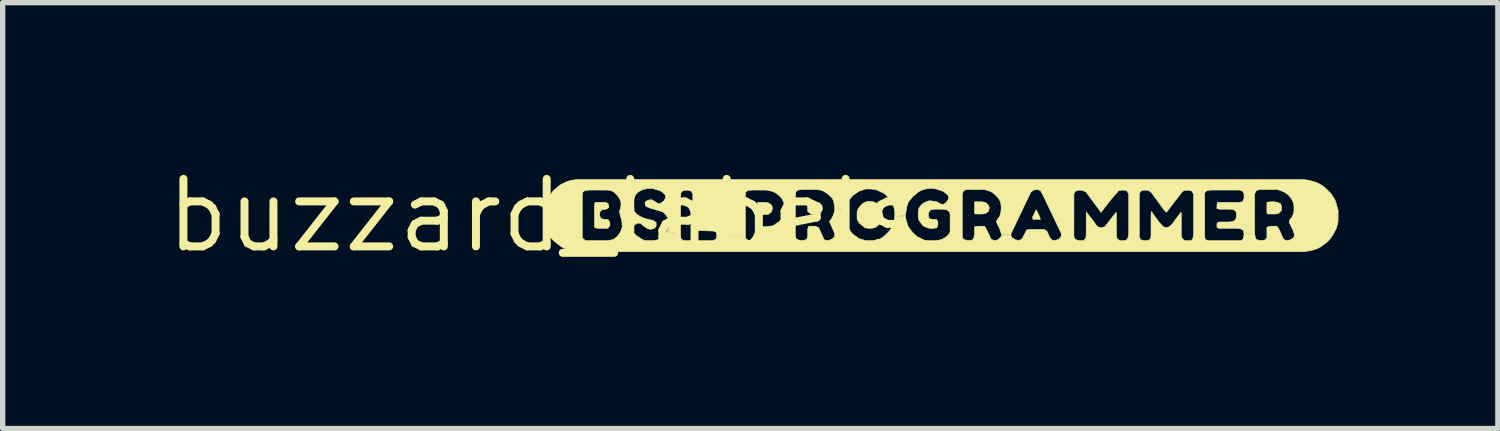
<source format=kicad_pcb>
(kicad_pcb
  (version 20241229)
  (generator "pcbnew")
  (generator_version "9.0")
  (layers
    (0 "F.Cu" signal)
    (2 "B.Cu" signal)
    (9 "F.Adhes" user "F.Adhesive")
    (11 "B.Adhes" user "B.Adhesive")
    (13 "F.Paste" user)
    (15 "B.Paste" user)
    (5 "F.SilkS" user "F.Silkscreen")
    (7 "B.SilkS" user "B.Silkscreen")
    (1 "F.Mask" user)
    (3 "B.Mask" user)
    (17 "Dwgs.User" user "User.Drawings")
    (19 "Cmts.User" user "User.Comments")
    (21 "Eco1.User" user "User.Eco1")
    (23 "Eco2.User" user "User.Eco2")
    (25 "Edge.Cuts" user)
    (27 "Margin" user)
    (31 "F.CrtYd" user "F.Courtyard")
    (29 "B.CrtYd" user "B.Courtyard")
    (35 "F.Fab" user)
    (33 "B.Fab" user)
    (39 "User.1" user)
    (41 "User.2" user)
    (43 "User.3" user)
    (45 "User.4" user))
  (footprint "buzzard_labels"
    (layer "F.Cu")
    (at 7.174 1.006)
    (property "Reference" "buzzard_labels" (at 0 0 0) (layer "F.SilkS") (effects (font (size 1.27 1.27) (thickness 0.15))))
    (attr exclude_from_pos_files exclude_from_bom)
    (fp_poly (pts (xy 9.26 -0.09) (xy 9.2 0.03) (xy 9.21 0.07) (xy 9.35 0.07) (xy 9.33 0.01) (xy 9.27 -0.11) (xy 9.26 -0.09)) (stroke (width 0.01) (type solid)) (fill yes) (layer "F.SilkS"))
    (fp_poly (pts (xy 8.12 -0.03) (xy 8.26 -0.03) (xy 8.32 -0.04) (xy 8.37 -0.08) (xy 8.39 -0.15) (xy 8.36 -0.21) (xy 8.31 -0.25) (xy 8.24 -0.26) (xy 8.11 -0.26) (xy 8.11 -0.05) (xy 8.12 -0.03)) (stroke (width 0.01) (type solid)) (fill yes) (layer "F.SilkS"))
    (fp_poly (pts (xy 4.24 -0.03) (xy 4.29 -0.07) (xy 4.31 -0.14) (xy 4.29 -0.2) (xy 4.23 -0.24) (xy 4.17 -0.25) (xy 4.03 -0.25) (xy 4.03 -0.19) (xy 4.03 -0.05) (xy 4.07 -0.02) (xy 4.2 -0.02) (xy 4.24 -0.03)) (stroke (width 0.01) (type solid)) (fill yes) (layer "F.SilkS"))
    (fp_poly (pts (xy 5.03 -0.03) (xy 5.1 -0.03) (xy 5.16 -0.03) (xy 5.22 -0.06) (xy 5.25 -0.12) (xy 5.24 -0.19) (xy 5.19 -0.24) (xy 5.13 -0.26) (xy 4.99 -0.26) (xy 4.97 -0.21) (xy 4.97 -0.08) (xy 5.03 -0.03)) (stroke (width 0.01) (type solid)) (fill yes) (layer "F.SilkS"))
    (fp_poly (pts (xy 13.63 -0.03) (xy 13.77 -0.03) (xy 13.83 -0.04) (xy 13.88 -0.09) (xy 13.89 -0.16) (xy 13.87 -0.22) (xy 13.81 -0.25) (xy 13.74 -0.26) (xy 13.68 -0.26) (xy 13.61 -0.25) (xy 13.61 -0.05) (xy 13.63 -0.03)) (stroke (width 0.01) (type solid)) (fill yes) (layer "F.SilkS"))
    (fp_poly (pts (xy 1.25 0.13) (xy 1.22 0.08) (xy 1.09 0.06) (xy 1.06 0.01) (xy 1.06 -0.07) (xy 1.1 -0.11) (xy 1.18 -0.12) (xy 1.23 -0.15) (xy 1.22 -0.22) (xy 1.17 -0.25) (xy 1.1 -0.25) (xy 0.97 -0.25) (xy 0.96 -0.19) (xy 0.96 0.22) (xy 1.01 0.24) (xy 1.14 0.24) (xy 1.21 0.24) (xy 1.25 0.19) (xy 1.25 0.13)) (stroke (width 0.01) (type solid)) (fill yes) (layer "F.SilkS"))
    (fp_poly (pts (xy 5.94 0.14) (xy 6 0.19) (xy 6.05 0.23) (xy 6.12 0.24) (xy 6.18 0.24) (xy 6.25 0.22) (xy 6.3 0.18) (xy 6.34 0.13) (xy 6.37 0.07) (xy 6.38 0) (xy 6.37 -0.07) (xy 6.35 -0.14) (xy 6.32 -0.19) (xy 6.26 -0.24) (xy 6.2 -0.26) (xy 6.14 -0.27) (xy 6.07 -0.26) (xy 6.01 -0.23) (xy 5.96 -0.18) (xy 5.92 -0.13) (xy 5.9 -0.07) (xy 5.9 0) (xy 5.9 0.07) (xy 5.94 0.14)) (stroke (width 0.01) (type solid)) (fill yes) (layer "F.SilkS"))
    (fp_poly (pts (xy 0.64 -0.68) (xy 0.57 -0.67) (xy 0.51 -0.66) (xy 0.44 -0.64) (xy 0.38 -0.61) (xy 0.32 -0.58) (xy 0.27 -0.54) (xy 0.21 -0.49) (xy 0.17 -0.45) (xy 0.13 -0.39) (xy 0.09 -0.34) (xy 0.06 -0.28) (xy 0.03 -0.21) (xy 0.02 -0.15) (xy 0 -0.08) (xy 0 -0.01) (xy 0 0.05) (xy 0.01 0.12) (xy 0.03 0.19) (xy 0.05 0.25) (xy 0.08 0.31) (xy 0.11 0.37) (xy 0.15 0.43) (xy 0.2 0.48) (xy 0.25 0.52) (xy 0.3 0.56) (xy 0.36 0.6) (xy 0.42 0.63) (xy 0.48 0.65) (xy 0.55 0.67) (xy 0.62 0.67) (xy 0.68 0.68) (xy 14.3 0.68) (xy 14.36 0.67) (xy 14.43 0.66) (xy 14.5 0.64) (xy 14.56 0.62) (xy 14.62 0.59) (xy 14.67 0.55) (xy 14.73 0.51) (xy 14.78 0.46) (xy 14.82 0.41) (xy 14.86 0.35) (xy 14.89 0.29) (xy 14.92 0.23) (xy 14.94 0.16) (xy 14.95 0.1) (xy 14.95 0.03) (xy 14.95 -0.04) (xy 14.95 -0.1) (xy 14.93 -0.17) (xy 14.91 -0.24) (xy 14.89 -0.3) (xy 14.85 -0.36) (xy 14.82 -0.41) (xy 14.77 -0.46) (xy 14.72 -0.51) (xy 14.67 -0.55) (xy 14.61 -0.59) (xy 14.55 -0.62) (xy 14.49 -0.64) (xy 14.42 -0.66) (xy 14.36 -0.67) (xy 14.29 -0.68) (xy 0.68 -0.68) (xy 0.78 -0.47) (xy 0.86 -0.48) (xy 1.2 -0.48) (xy 1.27 -0.47) (xy 1.33 -0.44) (xy 1.38 -0.39) (xy 1.42 -0.34) (xy 1.45 -0.28) (xy 1.46 -0.21) (xy 1.45 -0.14) (xy 1.43 -0.08) (xy 1.45 0.02) (xy 1.47 0.08) (xy 1.48 0.15) (xy 1.48 0.22) (xy 1.67 0.23) (xy 1.72 0.17) (xy 1.78 0.14) (xy 1.83 0.15) (xy 1.89 0.2) (xy 1.95 0.24) (xy 2.01 0.26) (xy 2.09 0.24) (xy 2.12 0.2) (xy 2.12 0.13) (xy 2.06 0.09) (xy 1.93 0.06) (xy 1.87 0.04) (xy 1.81 0.01) (xy 1.75 -0.03) (xy 1.71 -0.08) (xy 1.69 -0.14) (xy 1.68 -0.21) (xy 1.69 -0.28) (xy 1.71 -0.34) (xy 1.74 -0.4) (xy 1.79 -0.45) (xy 1.85 -0.48) (xy 1.91 -0.5) (xy 1.98 -0.51) (xy 2.05 -0.51) (xy 2.12 -0.49) (xy 2.19 -0.47) (xy 2.24 -0.44) (xy 2.29 -0.39) (xy 2.3 -0.34) (xy 2.26 -0.27) (xy 2.2 -0.23) (xy 2.15 -0.23) (xy 2.09 -0.27) (xy 2.03 -0.3) (xy 1.96 -0.29) (xy 1.91 -0.25) (xy 1.92 -0.18) (xy 1.98 -0.15) (xy 2.11 -0.11) (xy 2.18 -0.09) (xy 2.24 -0.07) (xy 2.29 -0.03) (xy 2.33 0.03) (xy 2.35 0.09) (xy 2.36 0.16) (xy 2.35 0.23) (xy 2.33 0.29) (xy 2.58 0.38) (xy 2.58 -0.37) (xy 2.59 -0.44) (xy 2.63 -0.47) (xy 2.71 -0.48) (xy 2.78 -0.46) (xy 2.81 -0.41) (xy 2.81 -0.34) (xy 2.81 0.27) (xy 2.85 0.28) (xy 3.19 0.29) (xy 3.25 0.31) (xy 3.26 0.37) (xy 3.8 0.38) (xy 3.8 -0.36) (xy 3.8 -0.43) (xy 3.84 -0.47) (xy 3.92 -0.48) (xy 4.19 -0.48) (xy 4.25 -0.47) (xy 4.32 -0.45) (xy 4.38 -0.42) (xy 4.43 -0.38) (xy 4.48 -0.33) (xy 4.51 -0.27) (xy 4.74 -0.38) (xy 4.75 -0.45) (xy 4.79 -0.48) (xy 4.87 -0.49) (xy 5.14 -0.49) (xy 5.21 -0.48) (xy 5.27 -0.46) (xy 5.33 -0.42) (xy 5.38 -0.38) (xy 5.43 -0.33) (xy 5.46 -0.27) (xy 5.47 -0.2) (xy 5.48 -0.13) (xy 5.67 -0.09) (xy 5.69 -0.15) (xy 5.71 -0.21) (xy 5.74 -0.28) (xy 5.78 -0.33) (xy 5.82 -0.38) (xy 5.88 -0.42) (xy 5.94 -0.46) (xy 6 -0.48) (xy 6.06 -0.5) (xy 6.13 -0.5) (xy 6.17 -0.5) (xy 6.24 -0.49) (xy 6.3 -0.47) (xy 6.36 -0.44) (xy 6.42 -0.41) (xy 6.47 -0.36) (xy 6.52 -0.31) (xy 6.55 -0.25) (xy 6.58 -0.19) (xy 6.6 -0.13) (xy 6.61 -0.06) (xy 6.61 0.01) (xy 6.81 0) (xy 6.82 -0.07) (xy 6.83 -0.13) (xy 6.84 -0.2) (xy 6.87 -0.26) (xy 6.91 -0.31) (xy 6.95 -0.36) (xy 7.01 -0.41) (xy 7.06 -0.45) (xy 7.12 -0.48) (xy 7.19 -0.5) (xy 7.25 -0.51) (xy 7.32 -0.51) (xy 7.39 -0.5) (xy 7.45 -0.48) (xy 7.51 -0.46) (xy 7.57 -0.42) (xy 7.62 -0.37) (xy 7.62 -0.31) (xy 7.57 -0.24) (xy 7.52 -0.21) (xy 7.47 -0.22) (xy 7.4 -0.26) (xy 7.34 -0.27) (xy 7.26 -0.28) (xy 7.2 -0.26) (xy 7.14 -0.23) (xy 7.09 -0.18) (xy 7.06 -0.13) (xy 7.05 -0.06) (xy 7.05 0.01) (xy 7.06 0.08) (xy 7.1 0.14) (xy 7.14 0.19) (xy 7.2 0.22) (xy 7.26 0.24) (xy 7.33 0.24) (xy 7.4 0.23) (xy 7.42 0.18) (xy 7.42 0.11) (xy 7.39 0.07) (xy 7.32 0.07) (xy 7.26 0.06) (xy 7.24 0) (xy 7.25 -0.07) (xy 7.29 -0.11) (xy 7.37 -0.12) (xy 7.5 -0.12) (xy 7.58 -0.11) (xy 7.63 -0.08) (xy 7.65 -0.03) (xy 7.65 0.25) (xy 7.65 0.31) (xy 7.88 0.34) (xy 7.88 -0.41) (xy 7.9 -0.46) (xy 7.95 -0.49) (xy 8.03 -0.49) (xy 8.3 -0.49) (xy 8.36 -0.47) (xy 8.42 -0.45) (xy 8.48 -0.41) (xy 8.53 -0.36) (xy 8.57 -0.31) (xy 8.6 -0.25) (xy 8.61 -0.18) (xy 8.61 -0.11) (xy 8.6 -0.04) (xy 8.58 0.02) (xy 8.54 0.07) (xy 8.52 0.12) (xy 8.58 0.24) (xy 8.62 0.36) (xy 8.79 0.36) (xy 8.82 0.29) (xy 9.14 -0.38) (xy 9.17 -0.44) (xy 9.22 -0.48) (xy 9.29 -0.49) (xy 9.35 -0.47) (xy 9.39 -0.4) (xy 9.71 0.27) (xy 9.74 0.33) (xy 9.74 0.39) (xy 9.98 0.4) (xy 9.98 -0.41) (xy 10.01 -0.46) (xy 10.08 -0.48) (xy 10.15 -0.47) (xy 10.21 -0.44) (xy 10.49 -0.06) (xy 10.65 -0.27) (xy 10.76 -0.4) (xy 10.79 -0.43) (xy 10.82 -0.47) (xy 10.9 -0.48) (xy 10.97 -0.47) (xy 11.01 -0.41) (xy 11.21 -0.42) (xy 11.25 -0.47) (xy 11.32 -0.48) (xy 11.39 -0.47) (xy 11.44 -0.43) (xy 11.68 -0.1) (xy 11.72 -0.06) (xy 11.88 -0.27) (xy 11.99 -0.41) (xy 12.01 -0.44) (xy 12.05 -0.47) (xy 12.14 -0.48) (xy 12.2 -0.46) (xy 12.23 -0.4) (xy 12.23 0.34) (xy 12.44 0.32) (xy 12.44 -0.36) (xy 12.44 -0.43) (xy 12.48 -0.47) (xy 12.55 -0.48) (xy 13.03 -0.48) (xy 13.1 -0.48) (xy 13.15 -0.46) (xy 13.18 -0.41) (xy 13.18 -0.32) (xy 13.15 -0.26) (xy 13.09 -0.25) (xy 12.68 -0.25) (xy 12.67 -0.2) (xy 12.67 -0.13) (xy 12.72 -0.12) (xy 12.92 -0.12) (xy 12.99 -0.11) (xy 13.03 -0.07) (xy 13.04 0.01) (xy 13.02 0.08) (xy 12.97 0.11) (xy 12.9 0.12) (xy 12.7 0.12) (xy 12.67 0.15) (xy 12.67 0.22) (xy 12.71 0.24) (xy 13.05 0.24) (xy 13.12 0.25) (xy 13.17 0.28) (xy 13.18 0.35) (xy 13.38 0.33) (xy 13.38 -0.41) (xy 13.41 -0.47) (xy 13.47 -0.49) (xy 13.75 -0.49) (xy 13.81 -0.49) (xy 13.87 -0.47) (xy 13.94 -0.44) (xy 14 -0.4) (xy 14.04 -0.36) (xy 14.08 -0.3) (xy 14.11 -0.24) (xy 14.12 -0.17) (xy 14.12 -0.1) (xy 14.11 -0.03) (xy 14.08 0.03) (xy 14.04 0.08) (xy 14.03 0.13) (xy 14.09 0.25) (xy 14.11 0.3) (xy 14.13 0.37) (xy 14.11 0.42) (xy 14.04 0.46) (xy 13.97 0.47) (xy 13.92 0.44) (xy 13.85 0.28) (xy 13.8 0.2) (xy 13.67 0.2) (xy 13.61 0.22) (xy 13.61 0.35) (xy 13.61 0.42) (xy 13.57 0.46) (xy 13.49 0.47) (xy 13.41 0.45) (xy 13.39 0.4) (xy 13.38 0.34) (xy 13.18 0.35) (xy 13.17 0.43) (xy 13.13 0.47) (xy 13.06 0.47) (xy 12.59 0.47) (xy 12.51 0.47) (xy 12.45 0.45) (xy 12.44 0.39) (xy 12.44 0.32) (xy 12.23 0.34) (xy 12.22 0.42) (xy 12.19 0.47) (xy 12.13 0.47) (xy 12.06 0.47) (xy 12.01 0.42) (xy 12 0.36) (xy 12 -0.05) (xy 11.99 -0.06) (xy 11.82 0.17) (xy 11.77 0.21) (xy 11.71 0.23) (xy 11.65 0.2) (xy 11.58 0.12) (xy 11.47 -0.03) (xy 11.44 -0.08) (xy 11.43 -0.03) (xy 11.43 0.38) (xy 11.42 0.44) (xy 11.37 0.47) (xy 11.29 0.47) (xy 11.23 0.45) (xy 11.21 0.39) (xy 11.21 -0.35) (xy 11.21 -0.42) (xy 11.01 -0.41) (xy 11.01 0.33) (xy 11 0.41) (xy 10.97 0.46) (xy 10.91 0.47) (xy 10.84 0.47) (xy 10.79 0.43) (xy 10.78 0.36) (xy 10.78 -0.04) (xy 10.77 -0.06) (xy 10.6 0.16) (xy 10.56 0.21) (xy 10.49 0.23) (xy 10.43 0.21) (xy 10.39 0.17) (xy 10.36 0.12) (xy 10.21 -0.07) (xy 10.21 -0.04) (xy 10.21 0.37) (xy 10.2 0.43) (xy 10.16 0.47) (xy 10.07 0.47) (xy 10.01 0.45) (xy 9.98 0.4) (xy 9.74 0.39) (xy 9.7 0.44) (xy 9.63 0.47) (xy 9.57 0.46) (xy 9.53 0.42) (xy 9.47 0.29) (xy 9.42 0.26) (xy 9.15 0.26) (xy 9.09 0.27) (xy 9.03 0.39) (xy 9 0.44) (xy 8.94 0.47) (xy 8.87 0.45) (xy 8.81 0.41) (xy 8.79 0.36) (xy 8.62 0.37) (xy 8.6 0.41) (xy 8.54 0.46) (xy 8.47 0.47) (xy 8.42 0.44) (xy 8.35 0.29) (xy 8.3 0.2) (xy 8.17 0.2) (xy 8.11 0.21) (xy 8.11 0.35) (xy 8.1 0.41) (xy 8.07 0.46) (xy 7.99 0.47) (xy 7.91 0.45) (xy 7.88 0.41) (xy 7.88 0.34) (xy 7.65 0.31) (xy 7.61 0.37) (xy 7.56 0.41) (xy 7.51 0.44) (xy 7.45 0.46) (xy 7.38 0.47) (xy 7.3 0.47) (xy 7.23 0.47) (xy 7.16 0.46) (xy 7.1 0.43) (xy 7.04 0.4) (xy 6.99 0.36) (xy 6.94 0.31) (xy 6.9 0.26) (xy 6.86 0.2) (xy 6.84 0.14) (xy 6.82 0.07) (xy 6.81 0.01) (xy 6.61 0.01) (xy 6.6 0.08) (xy 6.59 0.14) (xy 6.56 0.2) (xy 6.53 0.26) (xy 6.49 0.31) (xy 6.44 0.36) (xy 6.38 0.41) (xy 6.33 0.44) (xy 6.26 0.46) (xy 6.2 0.47) (xy 6.13 0.47) (xy 6.06 0.47) (xy 6 0.45) (xy 5.93 0.43) (xy 5.88 0.39) (xy 5.82 0.35) (xy 5.78 0.3) (xy 5.74 0.24) (xy 5.71 0.18) (xy 5.68 0.12) (xy 5.67 0.05) (xy 5.67 -0.02) (xy 5.67 -0.08) (xy 5.48 -0.13) (xy 5.47 -0.06) (xy 5.45 0) (xy 5.42 0.06) (xy 5.38 0.11) (xy 5.4 0.16) (xy 5.46 0.29) (xy 5.48 0.35) (xy 5.48 0.4) (xy 5.43 0.44) (xy 5.36 0.47) (xy 5.29 0.46) (xy 5.27 0.43) (xy 5.18 0.23) (xy 5.12 0.2) (xy 4.99 0.2) (xy 4.97 0.26) (xy 4.97 0.32) (xy 4.97 0.39) (xy 4.95 0.45) (xy 4.88 0.47) (xy 4.8 0.46) (xy 4.75 0.43) (xy 4.74 0.37) (xy 4.74 0.3) (xy 4.74 -0.38) (xy 4.51 -0.27) (xy 4.54 -0.2) (xy 4.54 -0.13) (xy 4.53 -0.06) (xy 4.51 0) (xy 4.48 0.06) (xy 4.44 0.11) (xy 4.38 0.15) (xy 4.32 0.19) (xy 4.25 0.2) (xy 4.19 0.21) (xy 4.05 0.21) (xy 4.03 0.25) (xy 4.03 0.39) (xy 4.01 0.45) (xy 3.95 0.47) (xy 3.87 0.47) (xy 3.81 0.44) (xy 3.8 0.38) (xy 3.26 0.38) (xy 3.25 0.44) (xy 3.19 0.47) (xy 3.12 0.47) (xy 2.72 0.47) (xy 2.64 0.47) (xy 2.59 0.44) (xy 2.58 0.38) (xy 2.33 0.3) (xy 2.29 0.35) (xy 2.25 0.4) (xy 2.19 0.43) (xy 2.13 0.46) (xy 2.06 0.47) (xy 1.99 0.47) (xy 1.92 0.47) (xy 1.86 0.45) (xy 1.8 0.41) (xy 1.74 0.37) (xy 1.7 0.33) (xy 1.67 0.28) (xy 1.67 0.23) (xy 1.48 0.22) (xy 1.46 0.28) (xy 1.43 0.34) (xy 1.39 0.39) (xy 1.33 0.44) (xy 1.27 0.46) (xy 1.2 0.47) (xy 0.87 0.47) (xy 0.79 0.47) (xy 0.74 0.43) (xy 0.73 0.37) (xy 0.73 -0.38) (xy 0.74 -0.44) (xy 0.78 -0.47) (xy 0.68 -0.68) (xy 0.64 -0.68)) (stroke (width 0.01) (type solid)) (fill yes) (layer "F.SilkS")))
  (gr_rect
    (start -3 -3)
    (end 25.129 5.012)
    (stroke (width 0.1) (type default))
    (fill no)
    (layer "Edge.Cuts")))
</source>
